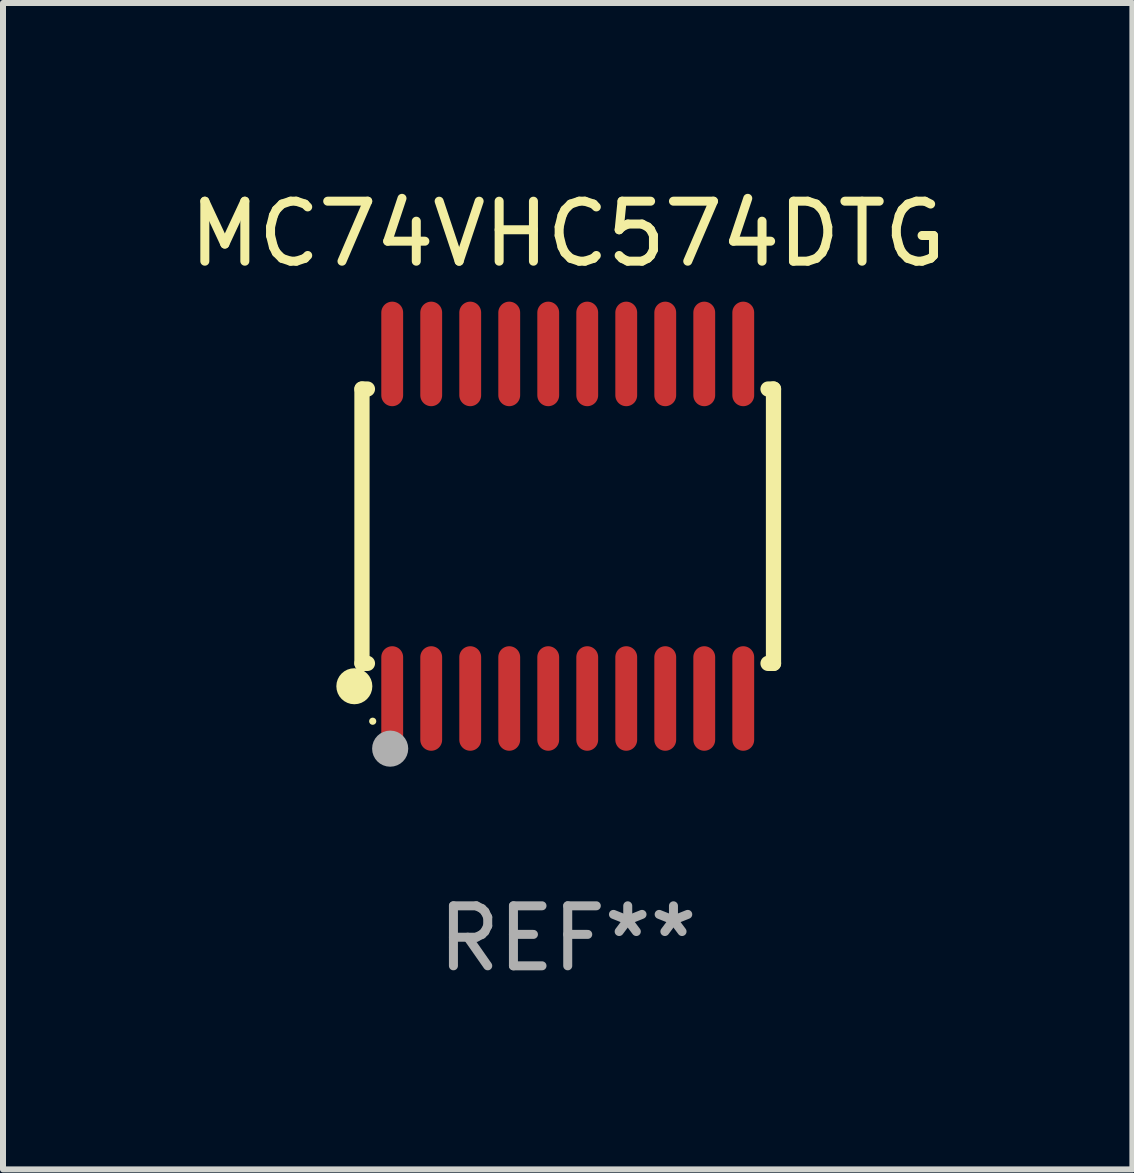
<source format=kicad_pcb>
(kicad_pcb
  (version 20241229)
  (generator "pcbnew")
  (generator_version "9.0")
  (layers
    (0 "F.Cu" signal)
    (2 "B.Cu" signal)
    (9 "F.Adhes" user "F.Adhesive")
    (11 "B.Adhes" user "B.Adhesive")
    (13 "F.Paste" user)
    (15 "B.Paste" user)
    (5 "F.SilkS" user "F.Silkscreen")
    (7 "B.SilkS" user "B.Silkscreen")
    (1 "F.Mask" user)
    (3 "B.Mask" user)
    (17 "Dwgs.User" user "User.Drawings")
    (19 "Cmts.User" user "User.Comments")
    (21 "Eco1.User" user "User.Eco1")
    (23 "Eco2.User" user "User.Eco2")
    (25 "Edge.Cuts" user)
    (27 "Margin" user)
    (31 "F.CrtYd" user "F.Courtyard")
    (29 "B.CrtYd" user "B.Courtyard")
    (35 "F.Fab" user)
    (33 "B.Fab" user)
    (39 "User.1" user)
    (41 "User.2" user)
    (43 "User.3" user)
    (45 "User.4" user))
  (footprint "MC74VHC574DTG"
    (layer "F.Cu")
    (at 6.411 5.719)
    (property "Reference" "MC74VHC574DTG" (at 0 -4.871 0) (layer "F.SilkS") (effects (font (size 1 1) (thickness 0.15))))
    (attr through_hole)
    (fp_line (start -3.429 -2.286) (end -3.429 2.286) (stroke (width 0.254) (type solid)) (layer "F.SilkS"))
    (fp_line (start -3.429 2.286) (end -3.338 2.286) (stroke (width 0.254) (type solid)) (layer "F.SilkS"))
    (fp_line (start -3.338 -2.286) (end -3.429 -2.286) (stroke (width 0.254) (type solid)) (layer "F.SilkS"))
    (fp_line (start 3.338 -2.286) (end 3.429 -2.286) (stroke (width 0.254) (type solid)) (layer "F.SilkS"))
    (fp_line (start 3.429 -2.286) (end 3.429 2.286) (stroke (width 0.254) (type solid)) (layer "F.SilkS"))
    (fp_line (start 3.429 2.286) (end 3.338 2.286) (stroke (width 0.254) (type solid)) (layer "F.SilkS"))
    (fp_circle (center -3.556 2.667) (end -3.406 2.667) (stroke (width 0.3) (type solid)) (fill no) (layer "F.SilkS"))
    (fp_circle (center -3.25 3.25) (end -3.22 3.25) (stroke (width 0.06) (type solid)) (fill no) (layer "F.SilkS"))
    (fp_circle (center -2.959 3.707) (end -2.808 3.707) (stroke (width 0.3) (type solid)) (fill no) (layer "F.Fab"))
    (fp_text user "REF**" (at 0 6.871 0) (layer "F.Fab") (effects (font (size 1 1) (thickness 0.15))))
    (pad "1" smd oval (at -2.925 2.871) (size 0.364 1.742) (layers "F.Cu" "F.Mask" "F.Paste"))
    (pad "2" smd oval (at -2.275 2.871) (size 0.364 1.742) (layers "F.Cu" "F.Mask" "F.Paste"))
    (pad "3" smd oval (at -1.625 2.871) (size 0.364 1.742) (layers "F.Cu" "F.Mask" "F.Paste"))
    (pad "4" smd oval (at -0.975 2.871) (size 0.364 1.742) (layers "F.Cu" "F.Mask" "F.Paste"))
    (pad "5" smd oval (at -0.325 2.871) (size 0.364 1.742) (layers "F.Cu" "F.Mask" "F.Paste"))
    (pad "6" smd oval (at 0.325 2.871) (size 0.364 1.742) (layers "F.Cu" "F.Mask" "F.Paste"))
    (pad "7" smd oval (at 0.975 2.871) (size 0.364 1.742) (layers "F.Cu" "F.Mask" "F.Paste"))
    (pad "8" smd oval (at 1.625 2.871) (size 0.364 1.742) (layers "F.Cu" "F.Mask" "F.Paste"))
    (pad "9" smd oval (at 2.275 2.871) (size 0.364 1.742) (layers "F.Cu" "F.Mask" "F.Paste"))
    (pad "10" smd oval (at 2.925 2.871) (size 0.364 1.742) (layers "F.Cu" "F.Mask" "F.Paste"))
    (pad "11" smd oval (at 2.925 -2.871) (size 0.364 1.742) (layers "F.Cu" "F.Mask" "F.Paste"))
    (pad "12" smd oval (at 2.275 -2.871) (size 0.364 1.742) (layers "F.Cu" "F.Mask" "F.Paste"))
    (pad "13" smd oval (at 1.625 -2.871) (size 0.364 1.742) (layers "F.Cu" "F.Mask" "F.Paste"))
    (pad "14" smd oval (at 0.975 -2.871) (size 0.364 1.742) (layers "F.Cu" "F.Mask" "F.Paste"))
    (pad "15" smd oval (at 0.325 -2.871) (size 0.364 1.742) (layers "F.Cu" "F.Mask" "F.Paste"))
    (pad "16" smd oval (at -0.325 -2.871) (size 0.364 1.742) (layers "F.Cu" "F.Mask" "F.Paste"))
    (pad "17" smd oval (at -0.975 -2.871) (size 0.364 1.742) (layers "F.Cu" "F.Mask" "F.Paste"))
    (pad "18" smd oval (at -1.625 -2.871) (size 0.364 1.742) (layers "F.Cu" "F.Mask" "F.Paste"))
    (pad "19" smd oval (at -2.275 -2.871) (size 0.364 1.742) (layers "F.Cu" "F.Mask" "F.Paste"))
    (pad "20" smd oval (at -2.925 -2.871) (size 0.364 1.742) (layers "F.Cu" "F.Mask" "F.Paste")))
  (gr_rect
    (start -3 -3)
    (end 15.821 16.438)
    (stroke (width 0.1) (type default))
    (fill no)
    (layer "Edge.Cuts")))
</source>
